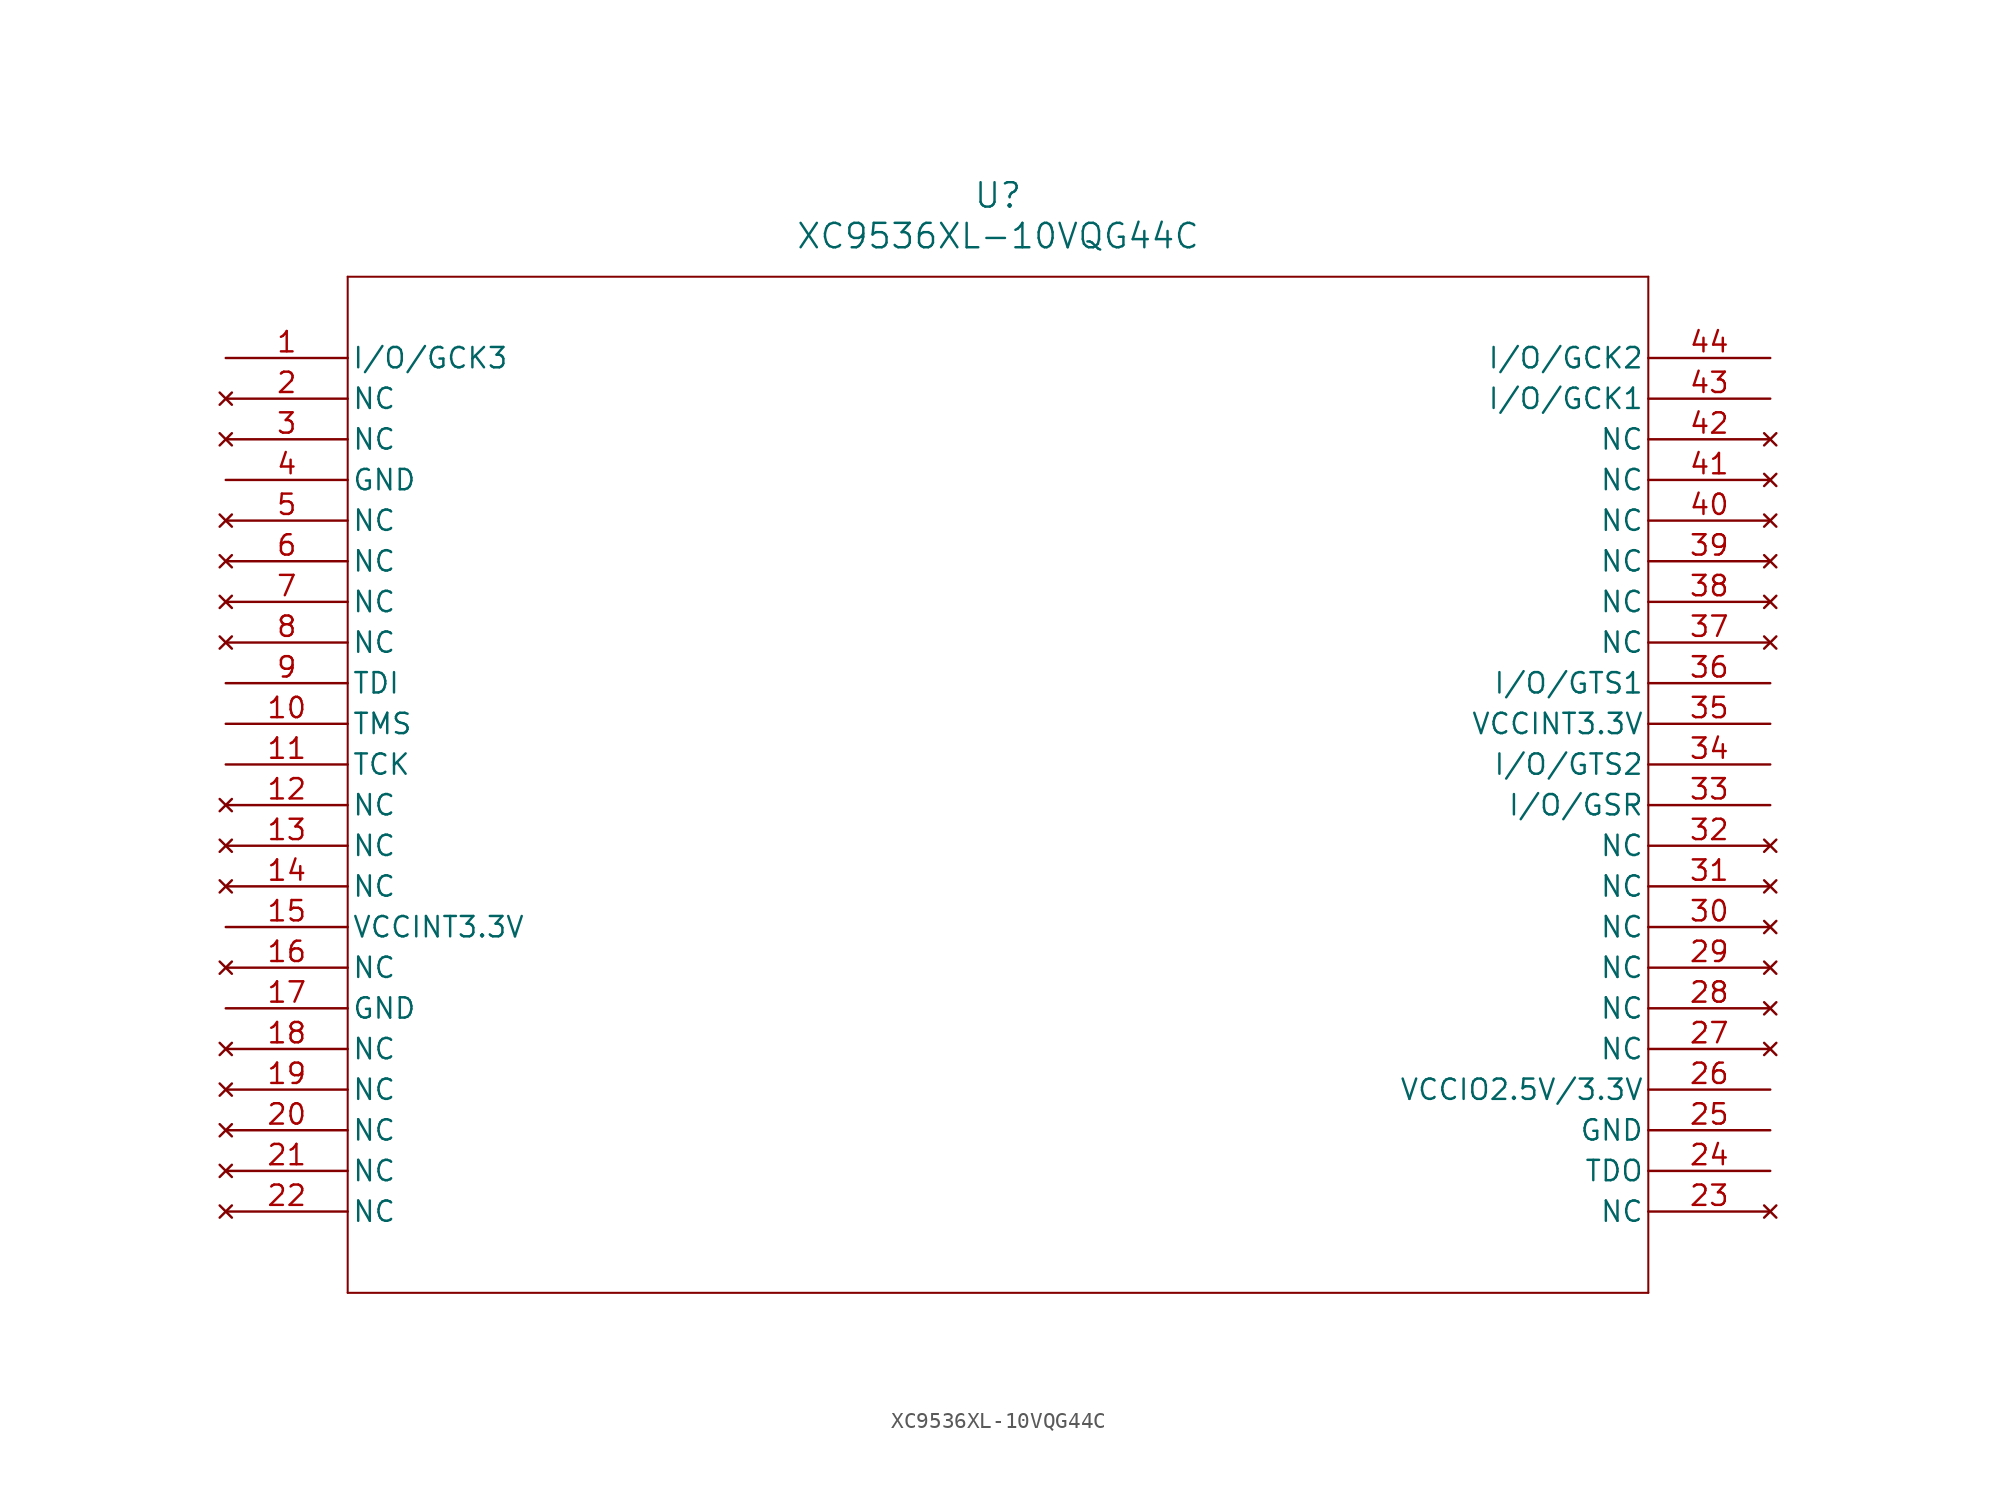
<source format=kicad_sym>
(kicad_symbol_lib
  (version 20211014)
  (generator kicad_symbol_editor)
  (symbol "XC9536XL-10VQG44C"
    (pin_names
      (offset 0.254))
    (property "Reference" "U"
      (at 48.26 10.16 0)
      (effects (font (size 1.524 1.524))))
    (property "Value" "XC9536XL-10VQG44C"
      (at 48.26 7.62 0)
      (effects (font (size 1.524 1.524))))
    (symbol "XC9536XL-10VQG44C_0_1"
      (polyline (pts (xy 7.62 5.08) (xy 7.62 -58.42)) (stroke (width 0.127) (type default) (color 0 0 0 0)) (fill (type none)))
      (polyline (pts (xy 7.62 -58.42) (xy 88.9 -58.42)) (stroke (width 0.127) (type default) (color 0 0 0 0)) (fill (type none)))
      (polyline (pts (xy 88.9 -58.42) (xy 88.9 5.08)) (stroke (width 0.127) (type default) (color 0 0 0 0)) (fill (type none)))
      (polyline (pts (xy 88.9 5.08) (xy 7.62 5.08)) (stroke (width 0.127) (type default) (color 0 0 0 0)) (fill (type none)))
      (pin bidirectional line (at 0 0 0) (length 7.62) (name "I/O/GCK3" (effects (font (size 1.27 1.27)))) (number "1" (effects (font (size 1.27 1.27)))))
      (pin no_connect line (at 0 -2.54 0) (length 7.62) (name "NC" (effects (font (size 1.27 1.27)))) (number "2" (effects (font (size 1.27 1.27)))))
      (pin no_connect line (at 0 -5.08 0) (length 7.62) (name "NC" (effects (font (size 1.27 1.27)))) (number "3" (effects (font (size 1.27 1.27)))))
      (pin power_in line (at 0 -7.62 0) (length 7.62) (name "GND" (effects (font (size 1.27 1.27)))) (number "4" (effects (font (size 1.27 1.27)))))
      (pin no_connect line (at 0 -10.16 0) (length 7.62) (name "NC" (effects (font (size 1.27 1.27)))) (number "5" (effects (font (size 1.27 1.27)))))
      (pin no_connect line (at 0 -12.7 0) (length 7.62) (name "NC" (effects (font (size 1.27 1.27)))) (number "6" (effects (font (size 1.27 1.27)))))
      (pin no_connect line (at 0 -15.24 0) (length 7.62) (name "NC" (effects (font (size 1.27 1.27)))) (number "7" (effects (font (size 1.27 1.27)))))
      (pin no_connect line (at 0 -17.78 0) (length 7.62) (name "NC" (effects (font (size 1.27 1.27)))) (number "8" (effects (font (size 1.27 1.27)))))
      (pin unspecified line (at 0 -20.32 0) (length 7.62) (name "TDI" (effects (font (size 1.27 1.27)))) (number "9" (effects (font (size 1.27 1.27)))))
      (pin unspecified line (at 0 -22.86 0) (length 7.62) (name "TMS" (effects (font (size 1.27 1.27)))) (number "10" (effects (font (size 1.27 1.27)))))
      (pin unspecified line (at 0 -25.4 0) (length 7.62) (name "TCK" (effects (font (size 1.27 1.27)))) (number "11" (effects (font (size 1.27 1.27)))))
      (pin no_connect line (at 0 -27.94 0) (length 7.62) (name "NC" (effects (font (size 1.27 1.27)))) (number "12" (effects (font (size 1.27 1.27)))))
      (pin no_connect line (at 0 -30.48 0) (length 7.62) (name "NC" (effects (font (size 1.27 1.27)))) (number "13" (effects (font (size 1.27 1.27)))))
      (pin no_connect line (at 0 -33.02 0) (length 7.62) (name "NC" (effects (font (size 1.27 1.27)))) (number "14" (effects (font (size 1.27 1.27)))))
      (pin power_in line (at 0 -35.56 0) (length 7.62) (name "VCCINT3.3V" (effects (font (size 1.27 1.27)))) (number "15" (effects (font (size 1.27 1.27)))))
      (pin no_connect line (at 0 -38.1 0) (length 7.62) (name "NC" (effects (font (size 1.27 1.27)))) (number "16" (effects (font (size 1.27 1.27)))))
      (pin power_in line (at 0 -40.64 0) (length 7.62) (name "GND" (effects (font (size 1.27 1.27)))) (number "17" (effects (font (size 1.27 1.27)))))
      (pin no_connect line (at 0 -43.18 0) (length 7.62) (name "NC" (effects (font (size 1.27 1.27)))) (number "18" (effects (font (size 1.27 1.27)))))
      (pin no_connect line (at 0 -45.72 0) (length 7.62) (name "NC" (effects (font (size 1.27 1.27)))) (number "19" (effects (font (size 1.27 1.27)))))
      (pin no_connect line (at 0 -48.26 0) (length 7.62) (name "NC" (effects (font (size 1.27 1.27)))) (number "20" (effects (font (size 1.27 1.27)))))
      (pin no_connect line (at 0 -50.8 0) (length 7.62) (name "NC" (effects (font (size 1.27 1.27)))) (number "21" (effects (font (size 1.27 1.27)))))
      (pin no_connect line (at 0 -53.34 0) (length 7.62) (name "NC" (effects (font (size 1.27 1.27)))) (number "22" (effects (font (size 1.27 1.27)))))
      (pin no_connect line (at 96.52 -53.34 180) (length 7.62) (name "NC" (effects (font (size 1.27 1.27)))) (number "23" (effects (font (size 1.27 1.27)))))
      (pin unspecified line (at 96.52 -50.8 180) (length 7.62) (name "TDO" (effects (font (size 1.27 1.27)))) (number "24" (effects (font (size 1.27 1.27)))))
      (pin power_in line (at 96.52 -48.26 180) (length 7.62) (name "GND" (effects (font (size 1.27 1.27)))) (number "25" (effects (font (size 1.27 1.27)))))
      (pin power_in line (at 96.52 -45.72 180) (length 7.62) (name "VCCIO2.5V/3.3V" (effects (font (size 1.27 1.27)))) (number "26" (effects (font (size 1.27 1.27)))))
      (pin no_connect line (at 96.52 -43.18 180) (length 7.62) (name "NC" (effects (font (size 1.27 1.27)))) (number "27" (effects (font (size 1.27 1.27)))))
      (pin no_connect line (at 96.52 -40.64 180) (length 7.62) (name "NC" (effects (font (size 1.27 1.27)))) (number "28" (effects (font (size 1.27 1.27)))))
      (pin no_connect line (at 96.52 -38.1 180) (length 7.62) (name "NC" (effects (font (size 1.27 1.27)))) (number "29" (effects (font (size 1.27 1.27)))))
      (pin no_connect line (at 96.52 -35.56 180) (length 7.62) (name "NC" (effects (font (size 1.27 1.27)))) (number "30" (effects (font (size 1.27 1.27)))))
      (pin no_connect line (at 96.52 -33.02 180) (length 7.62) (name "NC" (effects (font (size 1.27 1.27)))) (number "31" (effects (font (size 1.27 1.27)))))
      (pin no_connect line (at 96.52 -30.48 180) (length 7.62) (name "NC" (effects (font (size 1.27 1.27)))) (number "32" (effects (font (size 1.27 1.27)))))
      (pin bidirectional line (at 96.52 -27.94 180) (length 7.62) (name "I/O/GSR" (effects (font (size 1.27 1.27)))) (number "33" (effects (font (size 1.27 1.27)))))
      (pin bidirectional line (at 96.52 -25.4 180) (length 7.62) (name "I/O/GTS2" (effects (font (size 1.27 1.27)))) (number "34" (effects (font (size 1.27 1.27)))))
      (pin power_in line (at 96.52 -22.86 180) (length 7.62) (name "VCCINT3.3V" (effects (font (size 1.27 1.27)))) (number "35" (effects (font (size 1.27 1.27)))))
      (pin bidirectional line (at 96.52 -20.32 180) (length 7.62) (name "I/O/GTS1" (effects (font (size 1.27 1.27)))) (number "36" (effects (font (size 1.27 1.27)))))
      (pin no_connect line (at 96.52 -17.78 180) (length 7.62) (name "NC" (effects (font (size 1.27 1.27)))) (number "37" (effects (font (size 1.27 1.27)))))
      (pin no_connect line (at 96.52 -15.24 180) (length 7.62) (name "NC" (effects (font (size 1.27 1.27)))) (number "38" (effects (font (size 1.27 1.27)))))
      (pin no_connect line (at 96.52 -12.7 180) (length 7.62) (name "NC" (effects (font (size 1.27 1.27)))) (number "39" (effects (font (size 1.27 1.27)))))
      (pin no_connect line (at 96.52 -10.16 180) (length 7.62) (name "NC" (effects (font (size 1.27 1.27)))) (number "40" (effects (font (size 1.27 1.27)))))
      (pin no_connect line (at 96.52 -7.62 180) (length 7.62) (name "NC" (effects (font (size 1.27 1.27)))) (number "41" (effects (font (size 1.27 1.27)))))
      (pin no_connect line (at 96.52 -5.08 180) (length 7.62) (name "NC" (effects (font (size 1.27 1.27)))) (number "42" (effects (font (size 1.27 1.27)))))
      (pin bidirectional line (at 96.52 -2.54 180) (length 7.62) (name "I/O/GCK1" (effects (font (size 1.27 1.27)))) (number "43" (effects (font (size 1.27 1.27)))))
      (pin bidirectional line (at 96.52 0 180) (length 7.62) (name "I/O/GCK2" (effects (font (size 1.27 1.27)))) (number "44" (effects (font (size 1.27 1.27))))))))
</source>
